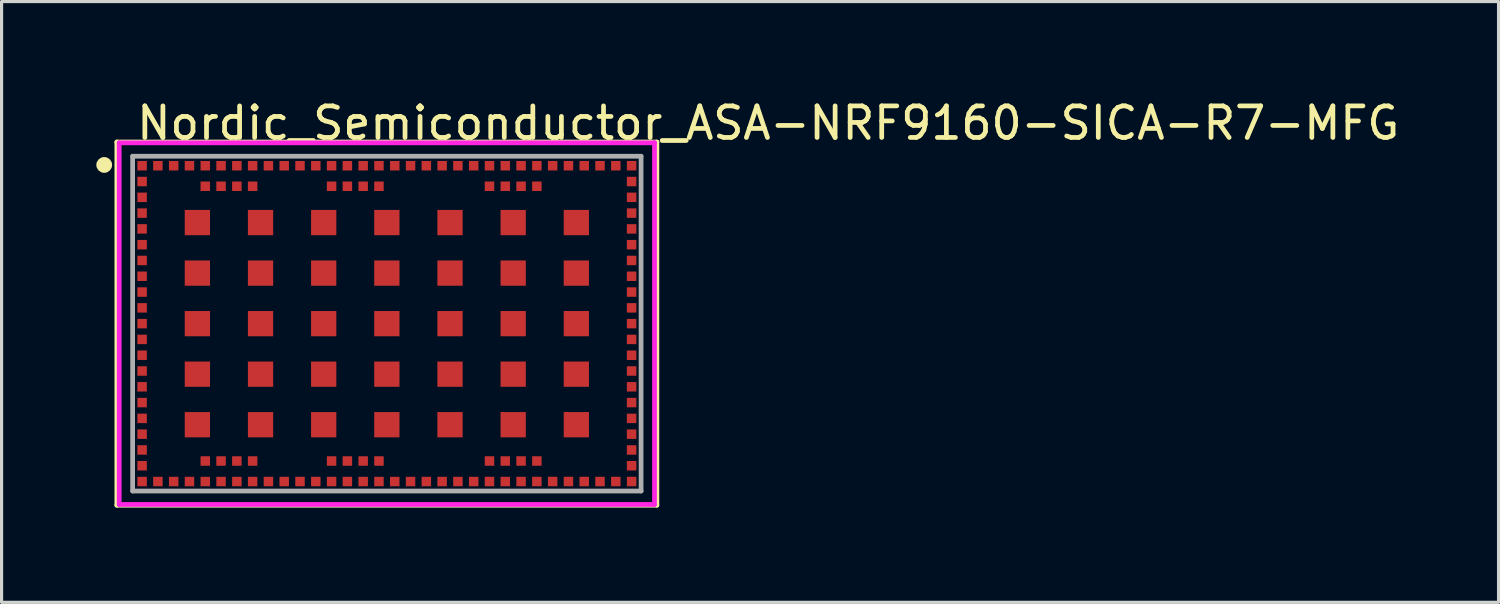
<source format=kicad_pcb>
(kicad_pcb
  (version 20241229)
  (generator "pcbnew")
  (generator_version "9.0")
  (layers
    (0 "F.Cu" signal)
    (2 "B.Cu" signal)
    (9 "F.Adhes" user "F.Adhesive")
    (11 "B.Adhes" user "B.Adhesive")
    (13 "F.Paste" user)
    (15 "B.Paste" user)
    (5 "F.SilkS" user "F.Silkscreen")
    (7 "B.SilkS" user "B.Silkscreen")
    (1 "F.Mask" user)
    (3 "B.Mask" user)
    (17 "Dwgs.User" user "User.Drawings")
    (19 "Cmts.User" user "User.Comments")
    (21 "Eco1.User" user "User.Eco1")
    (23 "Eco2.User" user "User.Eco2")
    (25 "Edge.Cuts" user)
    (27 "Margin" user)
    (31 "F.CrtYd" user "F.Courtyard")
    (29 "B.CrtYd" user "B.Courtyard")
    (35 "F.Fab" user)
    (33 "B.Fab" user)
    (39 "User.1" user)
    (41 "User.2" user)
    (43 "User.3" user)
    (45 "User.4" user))
  (footprint "Nordic_Semiconductor_ASA-NRF9160-SICA-R7-MFG"
    (layer "F.Cu")
    (at 9.2 7.198)
    (property "Reference" "Nordic_Semiconductor_ASA-NRF9160-SICA-R7-MFG" (at -8 -6.35 0) (layer "F.SilkS") (effects (font (size 1 1) (thickness 0.15)) (justify left)))
    (attr through_hole)
    (fp_line (start -8.55 -5.75) (end 8.55 -5.75) (stroke (width 0.15) (type solid)) (layer "F.SilkS"))
    (fp_line (start -8.55 5.75) (end -8.55 -5.75) (stroke (width 0.15) (type solid)) (layer "F.SilkS"))
    (fp_line (start 8.55 -5.75) (end 8.55 5.75) (stroke (width 0.15) (type solid)) (layer "F.SilkS"))
    (fp_line (start 8.55 5.75) (end -8.55 5.75) (stroke (width 0.15) (type solid)) (layer "F.SilkS"))
    (fp_circle (center -8.95 -5.025) (end -8.825 -5.025) (stroke (width 0.25) (type solid)) (fill no) (layer "F.SilkS"))
    (fp_line (start -8.475 -5.725) (end -8.475 5.725) (stroke (width 0.15) (type solid)) (layer "F.CrtYd"))
    (fp_line (start -8.475 5.725) (end 8.475 5.725) (stroke (width 0.15) (type solid)) (layer "F.CrtYd"))
    (fp_line (start 8.475 -5.725) (end -8.475 -5.725) (stroke (width 0.15) (type solid)) (layer "F.CrtYd"))
    (fp_line (start 8.475 -5.725) (end 8.475 -5.725) (stroke (width 0.15) (type solid)) (layer "F.CrtYd"))
    (fp_line (start 8.475 5.725) (end 8.475 -5.725) (stroke (width 0.15) (type solid)) (layer "F.CrtYd"))
    (fp_line (start -8.05 -5.3) (end 8.05 -5.3) (stroke (width 0.15) (type solid)) (layer "F.Fab"))
    (fp_line (start -8.05 5.3) (end -8.05 -5.3) (stroke (width 0.15) (type solid)) (layer "F.Fab"))
    (fp_line (start 8.05 -5.3) (end 8.05 5.3) (stroke (width 0.15) (type solid)) (layer "F.Fab"))
    (fp_line (start 8.05 5.3) (end -8.05 5.3) (stroke (width 0.15) (type solid)) (layer "F.Fab"))
    (pad "1" smd rect (at -7.75 -5) (size 0.3 0.3) (layers "F.Cu" "F.Mask" "F.Paste"))
    (pad "2" smd rect (at -7.75 -4.5) (size 0.3 0.3) (layers "F.Cu" "F.Mask" "F.Paste"))
    (pad "3" smd rect (at -7.75 -4) (size 0.3 0.3) (layers "F.Cu" "F.Mask" "F.Paste"))
    (pad "4" smd rect (at -7.75 -3.5) (size 0.3 0.3) (layers "F.Cu" "F.Mask" "F.Paste"))
    (pad "5" smd rect (at -7.75 -3) (size 0.3 0.3) (layers "F.Cu" "F.Mask" "F.Paste"))
    (pad "6" smd rect (at -7.75 -2.5) (size 0.3 0.3) (layers "F.Cu" "F.Mask" "F.Paste"))
    (pad "7" smd rect (at -7.75 -2) (size 0.3 0.3) (layers "F.Cu" "F.Mask" "F.Paste"))
    (pad "8" smd rect (at -7.75 -1.5) (size 0.3 0.3) (layers "F.Cu" "F.Mask" "F.Paste"))
    (pad "9" smd rect (at -7.75 -1) (size 0.3 0.3) (layers "F.Cu" "F.Mask" "F.Paste"))
    (pad "10" smd rect (at -7.75 -0.5) (size 0.3 0.3) (layers "F.Cu" "F.Mask" "F.Paste"))
    (pad "11" smd rect (at -7.75 0) (size 0.3 0.3) (layers "F.Cu" "F.Mask" "F.Paste"))
    (pad "12" smd rect (at -7.75 0.5) (size 0.3 0.3) (layers "F.Cu" "F.Mask" "F.Paste"))
    (pad "13" smd rect (at -7.75 1) (size 0.3 0.3) (layers "F.Cu" "F.Mask" "F.Paste"))
    (pad "14" smd rect (at -7.75 1.5) (size 0.3 0.3) (layers "F.Cu" "F.Mask" "F.Paste"))
    (pad "15" smd rect (at -7.75 2) (size 0.3 0.3) (layers "F.Cu" "F.Mask" "F.Paste"))
    (pad "16" smd rect (at -7.75 2.5) (size 0.3 0.3) (layers "F.Cu" "F.Mask" "F.Paste"))
    (pad "17" smd rect (at -7.75 3) (size 0.3 0.3) (layers "F.Cu" "F.Mask" "F.Paste"))
    (pad "18" smd rect (at -7.75 3.5) (size 0.3 0.3) (layers "F.Cu" "F.Mask" "F.Paste"))
    (pad "19" smd rect (at -7.75 4) (size 0.3 0.3) (layers "F.Cu" "F.Mask" "F.Paste"))
    (pad "20" smd rect (at -7.75 4.5) (size 0.3 0.3) (layers "F.Cu" "F.Mask" "F.Paste"))
    (pad "21" smd rect (at -7.75 5) (size 0.3 0.3) (layers "F.Cu" "F.Mask" "F.Paste"))
    (pad "22" smd rect (at -7.25 5) (size 0.3 0.3) (layers "F.Cu" "F.Mask" "F.Paste"))
    (pad "23" smd rect (at -6.75 5) (size 0.3 0.3) (layers "F.Cu" "F.Mask" "F.Paste"))
    (pad "24" smd rect (at -6.25 5) (size 0.3 0.3) (layers "F.Cu" "F.Mask" "F.Paste"))
    (pad "25" smd rect (at -5.75 5) (size 0.3 0.3) (layers "F.Cu" "F.Mask" "F.Paste"))
    (pad "26" smd rect (at -5.25 5) (size 0.3 0.3) (layers "F.Cu" "F.Mask" "F.Paste"))
    (pad "27" smd rect (at -4.75 5) (size 0.3 0.3) (layers "F.Cu" "F.Mask" "F.Paste"))
    (pad "28" smd rect (at -4.25 5) (size 0.3 0.3) (layers "F.Cu" "F.Mask" "F.Paste"))
    (pad "29" smd rect (at -3.75 5) (size 0.3 0.3) (layers "F.Cu" "F.Mask" "F.Paste"))
    (pad "30" smd rect (at -3.25 5) (size 0.3 0.3) (layers "F.Cu" "F.Mask" "F.Paste"))
    (pad "31" smd rect (at -2.75 5) (size 0.3 0.3) (layers "F.Cu" "F.Mask" "F.Paste"))
    (pad "32" smd rect (at -2.25 5) (size 0.3 0.3) (layers "F.Cu" "F.Mask" "F.Paste"))
    (pad "33" smd rect (at -1.75 5) (size 0.3 0.3) (layers "F.Cu" "F.Mask" "F.Paste"))
    (pad "34" smd rect (at -1.25 5) (size 0.3 0.3) (layers "F.Cu" "F.Mask" "F.Paste"))
    (pad "35" smd rect (at -0.75 5) (size 0.3 0.3) (layers "F.Cu" "F.Mask" "F.Paste"))
    (pad "36" smd rect (at -0.25 5) (size 0.3 0.3) (layers "F.Cu" "F.Mask" "F.Paste"))
    (pad "37" smd rect (at 0.25 5) (size 0.3 0.3) (layers "F.Cu" "F.Mask" "F.Paste"))
    (pad "38" smd rect (at 0.75 5) (size 0.3 0.3) (layers "F.Cu" "F.Mask" "F.Paste"))
    (pad "39" smd rect (at 1.25 5) (size 0.3 0.3) (layers "F.Cu" "F.Mask" "F.Paste"))
    (pad "40" smd rect (at 1.75 5) (size 0.3 0.3) (layers "F.Cu" "F.Mask" "F.Paste"))
    (pad "41" smd rect (at 2.25 5) (size 0.3 0.3) (layers "F.Cu" "F.Mask" "F.Paste"))
    (pad "42" smd rect (at 2.75 5) (size 0.3 0.3) (layers "F.Cu" "F.Mask" "F.Paste"))
    (pad "43" smd rect (at 3.25 5) (size 0.3 0.3) (layers "F.Cu" "F.Mask" "F.Paste"))
    (pad "44" smd rect (at 3.75 5) (size 0.3 0.3) (layers "F.Cu" "F.Mask" "F.Paste"))
    (pad "45" smd rect (at 4.25 5) (size 0.3 0.3) (layers "F.Cu" "F.Mask" "F.Paste"))
    (pad "46" smd rect (at 4.75 5) (size 0.3 0.3) (layers "F.Cu" "F.Mask" "F.Paste"))
    (pad "47" smd rect (at 5.25 5) (size 0.3 0.3) (layers "F.Cu" "F.Mask" "F.Paste"))
    (pad "48" smd rect (at 5.75 5) (size 0.3 0.3) (layers "F.Cu" "F.Mask" "F.Paste"))
    (pad "49" smd rect (at 6.25 5) (size 0.3 0.3) (layers "F.Cu" "F.Mask" "F.Paste"))
    (pad "50" smd rect (at 6.75 5) (size 0.3 0.3) (layers "F.Cu" "F.Mask" "F.Paste"))
    (pad "51" smd rect (at 7.25 5) (size 0.3 0.3) (layers "F.Cu" "F.Mask" "F.Paste"))
    (pad "52" smd rect (at 7.75 5) (size 0.3 0.3) (layers "F.Cu" "F.Mask" "F.Paste"))
    (pad "53" smd rect (at 7.75 4.5) (size 0.3 0.3) (layers "F.Cu" "F.Mask" "F.Paste"))
    (pad "54" smd rect (at 7.75 4) (size 0.3 0.3) (layers "F.Cu" "F.Mask" "F.Paste"))
    (pad "55" smd rect (at 7.75 3.5) (size 0.3 0.3) (layers "F.Cu" "F.Mask" "F.Paste"))
    (pad "56" smd rect (at 7.75 3) (size 0.3 0.3) (layers "F.Cu" "F.Mask" "F.Paste"))
    (pad "57" smd rect (at 7.75 2.5) (size 0.3 0.3) (layers "F.Cu" "F.Mask" "F.Paste"))
    (pad "58" smd rect (at 7.75 2) (size 0.3 0.3) (layers "F.Cu" "F.Mask" "F.Paste"))
    (pad "59" smd rect (at 7.75 1.5) (size 0.3 0.3) (layers "F.Cu" "F.Mask" "F.Paste"))
    (pad "60" smd rect (at 7.75 1) (size 0.3 0.3) (layers "F.Cu" "F.Mask" "F.Paste"))
    (pad "61" smd rect (at 7.75 0.5) (size 0.3 0.3) (layers "F.Cu" "F.Mask" "F.Paste"))
    (pad "62" smd rect (at 7.75 0) (size 0.3 0.3) (layers "F.Cu" "F.Mask" "F.Paste"))
    (pad "63" smd rect (at 7.75 -0.5) (size 0.3 0.3) (layers "F.Cu" "F.Mask" "F.Paste"))
    (pad "64" smd rect (at 7.75 -1) (size 0.3 0.3) (layers "F.Cu" "F.Mask" "F.Paste"))
    (pad "65" smd rect (at 7.75 -1.5) (size 0.3 0.3) (layers "F.Cu" "F.Mask" "F.Paste"))
    (pad "66" smd rect (at 7.75 -2) (size 0.3 0.3) (layers "F.Cu" "F.Mask" "F.Paste"))
    (pad "67" smd rect (at 7.75 -2.5) (size 0.3 0.3) (layers "F.Cu" "F.Mask" "F.Paste"))
    (pad "68" smd rect (at 7.75 -3) (size 0.3 0.3) (layers "F.Cu" "F.Mask" "F.Paste"))
    (pad "69" smd rect (at 7.75 -3.5) (size 0.3 0.3) (layers "F.Cu" "F.Mask" "F.Paste"))
    (pad "70" smd rect (at 7.75 -4) (size 0.3 0.3) (layers "F.Cu" "F.Mask" "F.Paste"))
    (pad "71" smd rect (at 7.75 -4.5) (size 0.3 0.3) (layers "F.Cu" "F.Mask" "F.Paste"))
    (pad "72" smd rect (at 7.75 -5) (size 0.3 0.3) (layers "F.Cu" "F.Mask" "F.Paste"))
    (pad "73" smd rect (at 7.25 -5) (size 0.3 0.3) (layers "F.Cu" "F.Mask" "F.Paste"))
    (pad "74" smd rect (at 6.75 -5) (size 0.3 0.3) (layers "F.Cu" "F.Mask" "F.Paste"))
    (pad "75" smd rect (at 6.25 -5) (size 0.3 0.3) (layers "F.Cu" "F.Mask" "F.Paste"))
    (pad "76" smd rect (at 5.75 -5) (size 0.3 0.3) (layers "F.Cu" "F.Mask" "F.Paste"))
    (pad "77" smd rect (at 5.25 -5) (size 0.3 0.3) (layers "F.Cu" "F.Mask" "F.Paste"))
    (pad "78" smd rect (at 4.75 -5) (size 0.3 0.3) (layers "F.Cu" "F.Mask" "F.Paste"))
    (pad "79" smd rect (at 4.25 -5) (size 0.3 0.3) (layers "F.Cu" "F.Mask" "F.Paste"))
    (pad "80" smd rect (at 3.75 -5) (size 0.3 0.3) (layers "F.Cu" "F.Mask" "F.Paste"))
    (pad "81" smd rect (at 3.25 -5) (size 0.3 0.3) (layers "F.Cu" "F.Mask" "F.Paste"))
    (pad "82" smd rect (at 2.75 -5) (size 0.3 0.3) (layers "F.Cu" "F.Mask" "F.Paste"))
    (pad "83" smd rect (at 2.25 -5) (size 0.3 0.3) (layers "F.Cu" "F.Mask" "F.Paste"))
    (pad "84" smd rect (at 1.75 -5) (size 0.3 0.3) (layers "F.Cu" "F.Mask" "F.Paste"))
    (pad "85" smd rect (at 1.25 -5) (size 0.3 0.3) (layers "F.Cu" "F.Mask" "F.Paste"))
    (pad "86" smd rect (at 0.75 -5) (size 0.3 0.3) (layers "F.Cu" "F.Mask" "F.Paste"))
    (pad "87" smd rect (at 0.25 -5) (size 0.3 0.3) (layers "F.Cu" "F.Mask" "F.Paste"))
    (pad "88" smd rect (at -0.25 -5) (size 0.3 0.3) (layers "F.Cu" "F.Mask" "F.Paste"))
    (pad "89" smd rect (at -0.75 -5) (size 0.3 0.3) (layers "F.Cu" "F.Mask" "F.Paste"))
    (pad "90" smd rect (at -1.25 -5) (size 0.3 0.3) (layers "F.Cu" "F.Mask" "F.Paste"))
    (pad "91" smd rect (at -1.75 -5) (size 0.3 0.3) (layers "F.Cu" "F.Mask" "F.Paste"))
    (pad "92" smd rect (at -2.25 -5) (size 0.3 0.3) (layers "F.Cu" "F.Mask" "F.Paste"))
    (pad "93" smd rect (at -2.75 -5) (size 0.3 0.3) (layers "F.Cu" "F.Mask" "F.Paste"))
    (pad "94" smd rect (at -3.25 -5) (size 0.3 0.3) (layers "F.Cu" "F.Mask" "F.Paste"))
    (pad "95" smd rect (at -3.75 -5) (size 0.3 0.3) (layers "F.Cu" "F.Mask" "F.Paste"))
    (pad "96" smd rect (at -4.25 -5) (size 0.3 0.3) (layers "F.Cu" "F.Mask" "F.Paste"))
    (pad "97" smd rect (at -4.75 -5) (size 0.3 0.3) (layers "F.Cu" "F.Mask" "F.Paste"))
    (pad "98" smd rect (at -5.25 -5) (size 0.3 0.3) (layers "F.Cu" "F.Mask" "F.Paste"))
    (pad "99" smd rect (at -5.75 -5) (size 0.3 0.3) (layers "F.Cu" "F.Mask" "F.Paste"))
    (pad "100" smd rect (at -6.25 -5) (size 0.3 0.3) (layers "F.Cu" "F.Mask" "F.Paste"))
    (pad "101" smd rect (at -6.75 -5) (size 0.3 0.3) (layers "F.Cu" "F.Mask" "F.Paste"))
    (pad "102" smd rect (at -7.25 -5) (size 0.3 0.3) (layers "F.Cu" "F.Mask" "F.Paste"))
    (pad "103" smd rect (at -6 -3.2) (size 0.8 0.8) (layers "F.Cu" "F.Mask" "F.Paste"))
    (pad "103" smd rect (at -6 -1.6) (size 0.8 0.8) (layers "F.Cu" "F.Mask" "F.Paste"))
    (pad "103" smd rect (at -6 0) (size 0.8 0.8) (layers "F.Cu" "F.Mask" "F.Paste"))
    (pad "103" smd rect (at -6 1.6) (size 0.8 0.8) (layers "F.Cu" "F.Mask" "F.Paste"))
    (pad "103" smd rect (at -6 3.2) (size 0.8 0.8) (layers "F.Cu" "F.Mask" "F.Paste"))
    (pad "103" smd rect (at -4 -3.2) (size 0.8 0.8) (layers "F.Cu" "F.Mask" "F.Paste"))
    (pad "103" smd rect (at -4 -1.6) (size 0.8 0.8) (layers "F.Cu" "F.Mask" "F.Paste"))
    (pad "103" smd rect (at -4 0) (size 0.8 0.8) (layers "F.Cu" "F.Mask" "F.Paste"))
    (pad "103" smd rect (at -4 1.6) (size 0.8 0.8) (layers "F.Cu" "F.Mask" "F.Paste"))
    (pad "103" smd rect (at -4 3.2) (size 0.8 0.8) (layers "F.Cu" "F.Mask" "F.Paste"))
    (pad "103" smd rect (at -2 -3.2) (size 0.8 0.8) (layers "F.Cu" "F.Mask" "F.Paste"))
    (pad "103" smd rect (at -2 -1.6) (size 0.8 0.8) (layers "F.Cu" "F.Mask" "F.Paste"))
    (pad "103" smd rect (at -2 0) (size 0.8 0.8) (layers "F.Cu" "F.Mask" "F.Paste"))
    (pad "103" smd rect (at -2 1.6) (size 0.8 0.8) (layers "F.Cu" "F.Mask" "F.Paste"))
    (pad "103" smd rect (at -2 3.2) (size 0.8 0.8) (layers "F.Cu" "F.Mask" "F.Paste"))
    (pad "103" smd rect (at 0 -3.2) (size 0.8 0.8) (layers "F.Cu" "F.Mask" "F.Paste"))
    (pad "103" smd rect (at 0 -1.6) (size 0.8 0.8) (layers "F.Cu" "F.Mask" "F.Paste"))
    (pad "103" smd rect (at 0 0) (size 0.8 0.8) (layers "F.Cu" "F.Mask" "F.Paste"))
    (pad "103" smd rect (at 0 1.6) (size 0.8 0.8) (layers "F.Cu" "F.Mask" "F.Paste"))
    (pad "103" smd rect (at 0 3.2) (size 0.8 0.8) (layers "F.Cu" "F.Mask" "F.Paste"))
    (pad "103" smd rect (at 2 -3.2) (size 0.8 0.8) (layers "F.Cu" "F.Mask" "F.Paste"))
    (pad "103" smd rect (at 2 -1.6) (size 0.8 0.8) (layers "F.Cu" "F.Mask" "F.Paste"))
    (pad "103" smd rect (at 2 0) (size 0.8 0.8) (layers "F.Cu" "F.Mask" "F.Paste"))
    (pad "103" smd rect (at 2 1.6) (size 0.8 0.8) (layers "F.Cu" "F.Mask" "F.Paste"))
    (pad "103" smd rect (at 2 3.2) (size 0.8 0.8) (layers "F.Cu" "F.Mask" "F.Paste"))
    (pad "103" smd rect (at 4 -3.2) (size 0.8 0.8) (layers "F.Cu" "F.Mask" "F.Paste"))
    (pad "103" smd rect (at 4 -1.6) (size 0.8 0.8) (layers "F.Cu" "F.Mask" "F.Paste"))
    (pad "103" smd rect (at 4 0) (size 0.8 0.8) (layers "F.Cu" "F.Mask" "F.Paste"))
    (pad "103" smd rect (at 4 1.6) (size 0.8 0.8) (layers "F.Cu" "F.Mask" "F.Paste"))
    (pad "103" smd rect (at 4 3.2) (size 0.8 0.8) (layers "F.Cu" "F.Mask" "F.Paste"))
    (pad "103" smd rect (at 6 -3.2) (size 0.8 0.8) (layers "F.Cu" "F.Mask" "F.Paste"))
    (pad "103" smd rect (at 6 -1.6) (size 0.8 0.8) (layers "F.Cu" "F.Mask" "F.Paste"))
    (pad "103" smd rect (at 6 0) (size 0.8 0.8) (layers "F.Cu" "F.Mask" "F.Paste"))
    (pad "103" smd rect (at 6 1.6) (size 0.8 0.8) (layers "F.Cu" "F.Mask" "F.Paste"))
    (pad "103" smd rect (at 6 3.2) (size 0.8 0.8) (layers "F.Cu" "F.Mask" "F.Paste"))
    (pad "104" smd rect (at -5.75 4.35) (size 0.3 0.3) (layers "F.Cu" "F.Mask" "F.Paste"))
    (pad "105" smd rect (at -5.25 4.35) (size 0.3 0.3) (layers "F.Cu" "F.Mask" "F.Paste"))
    (pad "106" smd rect (at -4.75 4.35) (size 0.3 0.3) (layers "F.Cu" "F.Mask" "F.Paste"))
    (pad "107" smd rect (at -4.25 4.35) (size 0.3 0.3) (layers "F.Cu" "F.Mask" "F.Paste"))
    (pad "108" smd rect (at -1.75 4.35) (size 0.3 0.3) (layers "F.Cu" "F.Mask" "F.Paste"))
    (pad "109" smd rect (at -1.25 4.35) (size 0.3 0.3) (layers "F.Cu" "F.Mask" "F.Paste"))
    (pad "110" smd rect (at -0.75 4.35) (size 0.3 0.3) (layers "F.Cu" "F.Mask" "F.Paste"))
    (pad "111" smd rect (at -0.25 4.35) (size 0.3 0.3) (layers "F.Cu" "F.Mask" "F.Paste"))
    (pad "112" smd rect (at 3.25 4.35) (size 0.3 0.3) (layers "F.Cu" "F.Mask" "F.Paste"))
    (pad "113" smd rect (at 3.75 4.35) (size 0.3 0.3) (layers "F.Cu" "F.Mask" "F.Paste"))
    (pad "114" smd rect (at 4.25 4.35) (size 0.3 0.3) (layers "F.Cu" "F.Mask" "F.Paste"))
    (pad "115" smd rect (at 4.75 4.35) (size 0.3 0.3) (layers "F.Cu" "F.Mask" "F.Paste"))
    (pad "116" smd rect (at 4.75 -4.35) (size 0.3 0.3) (layers "F.Cu" "F.Mask" "F.Paste"))
    (pad "117" smd rect (at 4.25 -4.35) (size 0.3 0.3) (layers "F.Cu" "F.Mask" "F.Paste"))
    (pad "118" smd rect (at 3.75 -4.35) (size 0.3 0.3) (layers "F.Cu" "F.Mask" "F.Paste"))
    (pad "119" smd rect (at 3.25 -4.35) (size 0.3 0.3) (layers "F.Cu" "F.Mask" "F.Paste"))
    (pad "120" smd rect (at -0.25 -4.35) (size 0.3 0.3) (layers "F.Cu" "F.Mask" "F.Paste"))
    (pad "121" smd rect (at -0.75 -4.35) (size 0.3 0.3) (layers "F.Cu" "F.Mask" "F.Paste"))
    (pad "122" smd rect (at -1.25 -4.35) (size 0.3 0.3) (layers "F.Cu" "F.Mask" "F.Paste"))
    (pad "123" smd rect (at -1.75 -4.35) (size 0.3 0.3) (layers "F.Cu" "F.Mask" "F.Paste"))
    (pad "124" smd rect (at -4.25 -4.35) (size 0.3 0.3) (layers "F.Cu" "F.Mask" "F.Paste"))
    (pad "125" smd rect (at -4.75 -4.35) (size 0.3 0.3) (layers "F.Cu" "F.Mask" "F.Paste"))
    (pad "126" smd rect (at -5.25 -4.35) (size 0.3 0.3) (layers "F.Cu" "F.Mask" "F.Paste"))
    (pad "127" smd rect (at -5.75 -4.35) (size 0.3 0.3) (layers "F.Cu" "F.Mask" "F.Paste")))
  (gr_rect
    (start -3 -3)
    (end 44.402 16.023)
    (stroke (width 0.1) (type default))
    (fill no)
    (layer "Edge.Cuts")))
</source>
